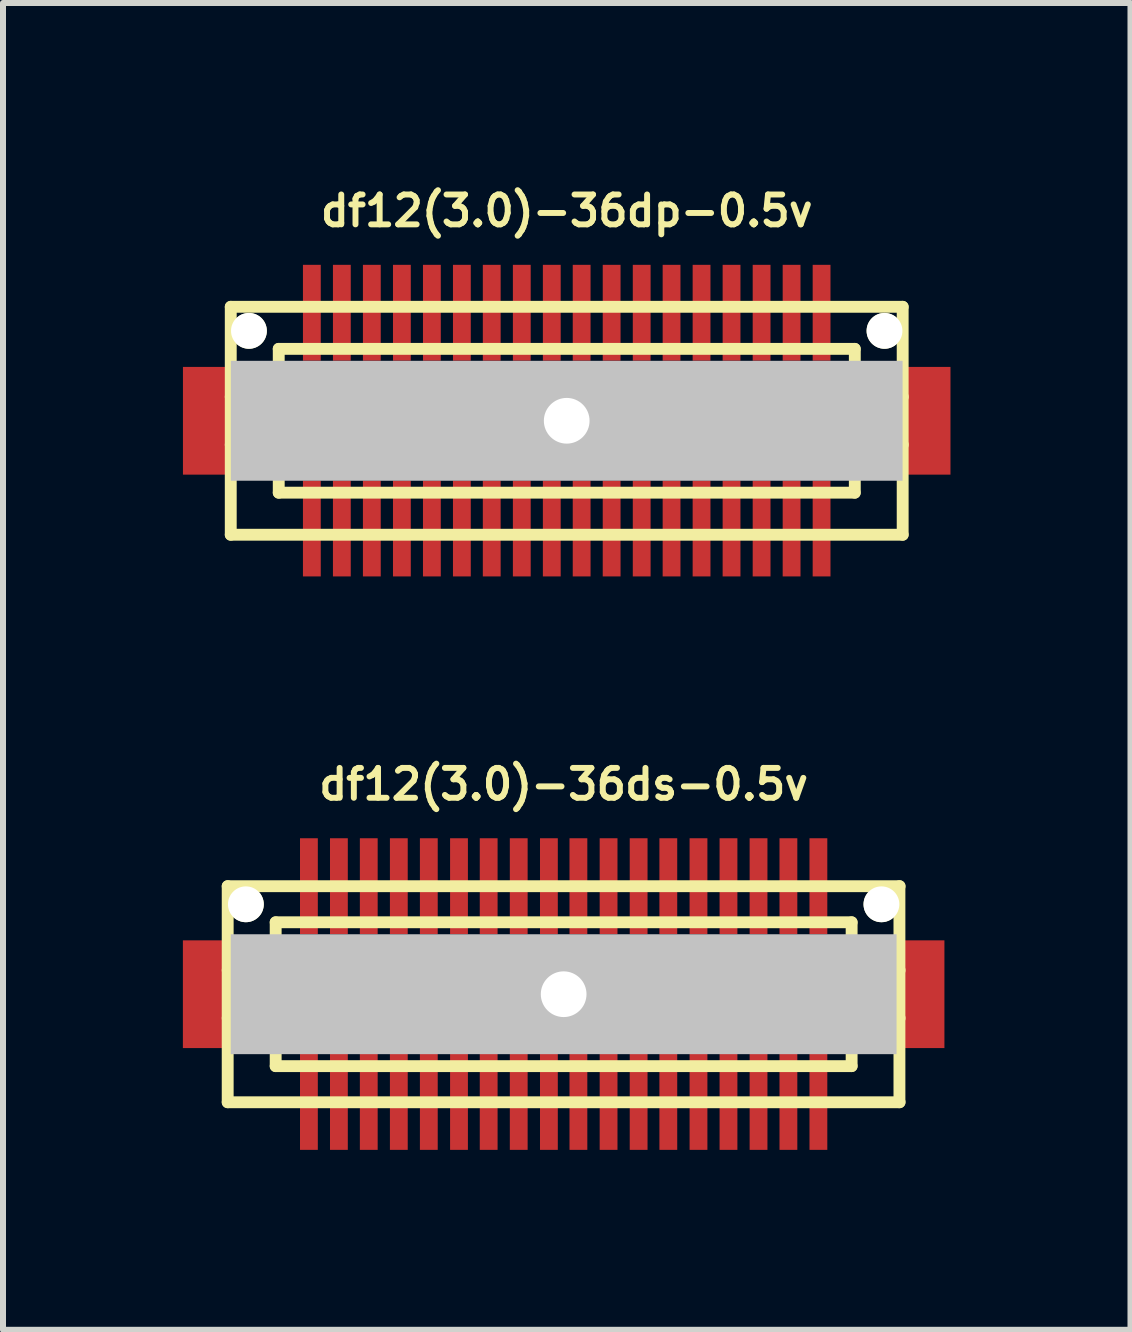
<source format=kicad_pcb>
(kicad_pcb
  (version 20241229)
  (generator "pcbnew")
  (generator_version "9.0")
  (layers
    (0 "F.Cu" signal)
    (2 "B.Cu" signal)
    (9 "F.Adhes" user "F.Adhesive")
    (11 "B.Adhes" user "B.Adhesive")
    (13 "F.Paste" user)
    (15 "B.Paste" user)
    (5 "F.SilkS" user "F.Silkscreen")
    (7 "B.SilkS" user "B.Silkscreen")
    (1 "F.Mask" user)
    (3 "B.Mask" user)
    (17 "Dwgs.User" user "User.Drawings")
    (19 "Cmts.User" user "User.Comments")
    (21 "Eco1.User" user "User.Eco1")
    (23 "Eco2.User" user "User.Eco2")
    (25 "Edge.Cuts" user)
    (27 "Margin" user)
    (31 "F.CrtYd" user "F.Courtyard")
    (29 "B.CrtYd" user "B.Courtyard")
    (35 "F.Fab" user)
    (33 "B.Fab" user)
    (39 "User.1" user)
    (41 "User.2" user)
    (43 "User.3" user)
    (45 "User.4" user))
  (footprint "df12(3.0)-36ds-0.5v"
    (layer "F.Cu")
    (at 6.347 13.525)
    (property "Reference" "df12(3.0)-36ds-0.5v" (at 0 -3.5 0) (layer "F.SilkS") (effects (font (size 0.498 0.498) (thickness 0.099))))
    (attr through_hole)
    (fp_line (start -5.601 -1.801) (end 5.601 -1.801) (stroke (width 0.198) (type solid)) (layer "F.SilkS"))
    (fp_line (start -5.601 1.801) (end -5.601 -1.801) (stroke (width 0.198) (type solid)) (layer "F.SilkS"))
    (fp_line (start -5.601 1.801) (end 5.601 1.801) (stroke (width 0.198) (type solid)) (layer "F.SilkS"))
    (fp_line (start -4.801 -1.199) (end 4.801 -1.199) (stroke (width 0.198) (type solid)) (layer "F.SilkS"))
    (fp_line (start -4.801 -0.701) (end 4.801 -0.701) (stroke (width 0.198) (type solid)) (layer "F.SilkS"))
    (fp_line (start -4.801 -0.399) (end -5.601 -0.399) (stroke (width 0.198) (type solid)) (layer "F.SilkS"))
    (fp_line (start -4.801 0.399) (end -5.601 0.399) (stroke (width 0.198) (type solid)) (layer "F.SilkS"))
    (fp_line (start -4.801 0.701) (end 4.801 0.701) (stroke (width 0.198) (type solid)) (layer "F.SilkS"))
    (fp_line (start -4.801 1.199) (end -4.801 -1.199) (stroke (width 0.198) (type solid)) (layer "F.SilkS"))
    (fp_line (start -4.801 1.199) (end 4.801 1.199) (stroke (width 0.198) (type solid)) (layer "F.SilkS"))
    (fp_line (start 4.801 -1.199) (end 4.801 1.199) (stroke (width 0.198) (type solid)) (layer "F.SilkS"))
    (fp_line (start 4.801 -0.399) (end 5.601 -0.399) (stroke (width 0.198) (type solid)) (layer "F.SilkS"))
    (fp_line (start 5.598 -1.801) (end 5.598 1.801) (stroke (width 0.198) (type solid)) (layer "F.SilkS"))
    (fp_line (start 5.601 0.399) (end 4.801 0.399) (stroke (width 0.198) (type solid)) (layer "F.SilkS"))
    (pad "" smd rect (at -5.949 0) (size 0.798 1.796) (layers "F.Cu" "F.Mask" "F.Paste"))
    (pad "" np_thru_hole circle (at -5.298 -1.499) (size 0.597 0.597) (drill 0.597) (layers "*.Cu" "*.Mask" "F.SilkS"))
    (pad "" np_thru_hole rect (at 0 0) (size 11.1 1.999) (drill 0.762) (layers "Dwgs.User"))
    (pad "" np_thru_hole circle (at 5.298 -1.499) (size 0.597 0.597) (drill 0.597) (layers "*.Cu" "*.Mask" "F.SilkS"))
    (pad "" smd rect (at 5.949 0) (size 0.798 1.796) (layers "F.Cu" "F.Mask" "F.Paste"))
    (pad "1" smd rect (at -4.247 1.796) (size 0.297 1.598) (layers "F.Cu" "F.Mask" "F.Paste"))
    (pad "2" smd rect (at -3.747 1.796) (size 0.297 1.598) (layers "F.Cu" "F.Mask" "F.Paste"))
    (pad "3" smd rect (at -3.249 1.796) (size 0.297 1.598) (layers "F.Cu" "F.Mask" "F.Paste"))
    (pad "4" smd rect (at -2.748 1.796) (size 0.297 1.598) (layers "F.Cu" "F.Mask" "F.Paste"))
    (pad "5" smd rect (at -2.248 1.796) (size 0.297 1.598) (layers "F.Cu" "F.Mask" "F.Paste"))
    (pad "6" smd rect (at -1.745 1.796) (size 0.297 1.598) (layers "F.Cu" "F.Mask" "F.Paste"))
    (pad "7" smd rect (at -1.25 1.796) (size 0.297 1.598) (layers "F.Cu" "F.Mask" "F.Paste"))
    (pad "8" smd rect (at -0.749 1.796) (size 0.297 1.598) (layers "F.Cu" "F.Mask" "F.Paste"))
    (pad "9" smd rect (at -0.246 1.796) (size 0.297 1.598) (layers "F.Cu" "F.Mask" "F.Paste"))
    (pad "10" smd rect (at 0.246 1.796) (size 0.297 1.598) (layers "F.Cu" "F.Mask" "F.Paste"))
    (pad "11" smd rect (at 0.749 1.796) (size 0.297 1.598) (layers "F.Cu" "F.Mask" "F.Paste"))
    (pad "12" smd rect (at 1.25 1.796) (size 0.297 1.598) (layers "F.Cu" "F.Mask" "F.Paste"))
    (pad "13" smd rect (at 1.745 1.796) (size 0.297 1.598) (layers "F.Cu" "F.Mask" "F.Paste"))
    (pad "14" smd rect (at 2.248 1.796) (size 0.297 1.598) (layers "F.Cu" "F.Mask" "F.Paste"))
    (pad "15" smd rect (at 2.748 1.796) (size 0.297 1.598) (layers "F.Cu" "F.Mask" "F.Paste"))
    (pad "16" smd rect (at 3.249 1.796) (size 0.297 1.598) (layers "F.Cu" "F.Mask" "F.Paste"))
    (pad "17" smd rect (at 3.747 1.796) (size 0.297 1.598) (layers "F.Cu" "F.Mask" "F.Paste"))
    (pad "18" smd rect (at 4.247 1.796) (size 0.297 1.598) (layers "F.Cu" "F.Mask" "F.Paste"))
    (pad "19" smd rect (at 4.247 -1.801) (size 0.297 1.598) (layers "F.Cu" "F.Mask" "F.Paste"))
    (pad "20" smd rect (at 3.747 -1.801) (size 0.297 1.598) (layers "F.Cu" "F.Mask" "F.Paste"))
    (pad "21" smd rect (at 3.249 -1.801) (size 0.297 1.598) (layers "F.Cu" "F.Mask" "F.Paste"))
    (pad "22" smd rect (at 2.748 -1.801) (size 0.297 1.598) (layers "F.Cu" "F.Mask" "F.Paste"))
    (pad "23" smd rect (at 2.248 -1.801) (size 0.297 1.598) (layers "F.Cu" "F.Mask" "F.Paste"))
    (pad "24" smd rect (at 1.745 -1.801) (size 0.297 1.598) (layers "F.Cu" "F.Mask" "F.Paste"))
    (pad "25" smd rect (at 1.25 -1.801) (size 0.297 1.598) (layers "F.Cu" "F.Mask" "F.Paste"))
    (pad "26" smd rect (at 0.749 -1.801) (size 0.297 1.598) (layers "F.Cu" "F.Mask" "F.Paste"))
    (pad "27" smd rect (at 0.246 -1.801) (size 0.297 1.598) (layers "F.Cu" "F.Mask" "F.Paste"))
    (pad "28" smd rect (at -0.246 -1.801) (size 0.297 1.598) (layers "F.Cu" "F.Mask" "F.Paste"))
    (pad "29" smd rect (at -0.749 -1.801) (size 0.297 1.598) (layers "F.Cu" "F.Mask" "F.Paste"))
    (pad "30" smd rect (at -1.25 -1.801) (size 0.297 1.598) (layers "F.Cu" "F.Mask" "F.Paste"))
    (pad "31" smd rect (at -1.745 -1.801) (size 0.297 1.598) (layers "F.Cu" "F.Mask" "F.Paste"))
    (pad "32" smd rect (at -2.248 -1.801) (size 0.297 1.598) (layers "F.Cu" "F.Mask" "F.Paste"))
    (pad "33" smd rect (at -2.748 -1.801) (size 0.297 1.598) (layers "F.Cu" "F.Mask" "F.Paste"))
    (pad "34" smd rect (at -3.249 -1.801) (size 0.297 1.598) (layers "F.Cu" "F.Mask" "F.Paste"))
    (pad "35" smd rect (at -3.747 -1.801) (size 0.297 1.598) (layers "F.Cu" "F.Mask" "F.Paste"))
    (pad "36" smd rect (at -4.247 -1.801) (size 0.297 1.598) (layers "F.Cu" "F.Mask" "F.Paste")))
  (footprint "df12(3.0)-36dp-0.5v"
    (layer "F.Cu")
    (at 6.398 3.965)
    (property "Reference" "df12(3.0)-36dp-0.5v" (at 0 -3.5 0) (layer "F.SilkS") (effects (font (size 0.498 0.498) (thickness 0.099))))
    (attr through_hole)
    (fp_line (start -5.601 -1.9) (end -5.601 1.9) (stroke (width 0.198) (type solid)) (layer "F.SilkS"))
    (fp_line (start -5.601 -1.9) (end 5.601 -1.9) (stroke (width 0.198) (type solid)) (layer "F.SilkS"))
    (fp_line (start -4.801 -0.399) (end -5.601 -0.399) (stroke (width 0.198) (type solid)) (layer "F.SilkS"))
    (fp_line (start -4.801 0.399) (end -5.601 0.399) (stroke (width 0.198) (type solid)) (layer "F.SilkS"))
    (fp_line (start -4.801 1.199) (end -4.801 -1.199) (stroke (width 0.198) (type solid)) (layer "F.SilkS"))
    (fp_line (start -4.801 1.199) (end 4.801 1.199) (stroke (width 0.198) (type solid)) (layer "F.SilkS"))
    (fp_line (start 4.801 -1.199) (end -4.801 -1.199) (stroke (width 0.198) (type solid)) (layer "F.SilkS"))
    (fp_line (start 4.803 -1.199) (end 4.803 1.199) (stroke (width 0.198) (type solid)) (layer "F.SilkS"))
    (fp_line (start 4.803 -0.399) (end 5.603 -0.399) (stroke (width 0.198) (type solid)) (layer "F.SilkS"))
    (fp_line (start 5.601 1.9) (end -5.601 1.9) (stroke (width 0.198) (type solid)) (layer "F.SilkS"))
    (fp_line (start 5.601 1.9) (end 5.601 -1.9) (stroke (width 0.198) (type solid)) (layer "F.SilkS"))
    (fp_line (start 5.603 0.399) (end 4.803 0.399) (stroke (width 0.198) (type solid)) (layer "F.SilkS"))
    (pad "" smd rect (at -5.999 0) (size 0.798 1.796) (layers "F.Cu" "F.Mask" "F.Paste"))
    (pad "" np_thru_hole circle (at -5.298 -1.499) (size 0.597 0.597) (drill 0.597) (layers "*.Cu" "*.Mask" "F.SilkS"))
    (pad "" np_thru_hole rect (at 0 0) (size 11.199 1.999) (drill 0.762) (layers "Dwgs.User"))
    (pad "" np_thru_hole circle (at 5.298 -1.499) (size 0.597 0.597) (drill 0.597) (layers "*.Cu" "*.Mask" "F.SilkS"))
    (pad "" smd rect (at 5.999 0) (size 0.798 1.796) (layers "F.Cu" "F.Mask" "F.Paste"))
    (pad "1" smd rect (at 4.249 1.796) (size 0.297 1.598) (layers "F.Cu" "F.Mask" "F.Paste"))
    (pad "2" smd rect (at 3.749 1.796) (size 0.297 1.598) (layers "F.Cu" "F.Mask" "F.Paste"))
    (pad "3" smd rect (at 3.249 1.796) (size 0.297 1.598) (layers "F.Cu" "F.Mask" "F.Paste"))
    (pad "4" smd rect (at 2.748 1.796) (size 0.297 1.598) (layers "F.Cu" "F.Mask" "F.Paste"))
    (pad "5" smd rect (at 2.248 1.796) (size 0.297 1.598) (layers "F.Cu" "F.Mask" "F.Paste"))
    (pad "6" smd rect (at 1.748 1.796) (size 0.297 1.598) (layers "F.Cu" "F.Mask" "F.Paste"))
    (pad "7" smd rect (at 1.25 1.796) (size 0.297 1.598) (layers "F.Cu" "F.Mask" "F.Paste"))
    (pad "8" smd rect (at 0.749 1.796) (size 0.297 1.598) (layers "F.Cu" "F.Mask" "F.Paste"))
    (pad "9" smd rect (at 0.249 1.796) (size 0.297 1.598) (layers "F.Cu" "F.Mask" "F.Paste"))
    (pad "10" smd rect (at -0.249 1.796) (size 0.297 1.598) (layers "F.Cu" "F.Mask" "F.Paste"))
    (pad "11" smd rect (at -0.749 1.796) (size 0.297 1.598) (layers "F.Cu" "F.Mask" "F.Paste"))
    (pad "12" smd rect (at -1.25 1.796) (size 0.297 1.598) (layers "F.Cu" "F.Mask" "F.Paste"))
    (pad "13" smd rect (at -1.748 1.796) (size 0.297 1.598) (layers "F.Cu" "F.Mask" "F.Paste"))
    (pad "14" smd rect (at -2.248 1.796) (size 0.297 1.598) (layers "F.Cu" "F.Mask" "F.Paste"))
    (pad "15" smd rect (at -2.748 1.796) (size 0.297 1.598) (layers "F.Cu" "F.Mask" "F.Paste"))
    (pad "16" smd rect (at -3.249 1.796) (size 0.297 1.598) (layers "F.Cu" "F.Mask" "F.Paste"))
    (pad "17" smd rect (at -3.749 1.796) (size 0.297 1.598) (layers "F.Cu" "F.Mask" "F.Paste"))
    (pad "18" smd rect (at -4.249 1.796) (size 0.297 1.598) (layers "F.Cu" "F.Mask" "F.Paste"))
    (pad "19" smd rect (at -4.249 -1.801) (size 0.297 1.598) (layers "F.Cu" "F.Mask" "F.Paste"))
    (pad "20" smd rect (at -3.749 -1.801) (size 0.297 1.598) (layers "F.Cu" "F.Mask" "F.Paste"))
    (pad "21" smd rect (at -3.249 -1.801) (size 0.297 1.598) (layers "F.Cu" "F.Mask" "F.Paste"))
    (pad "22" smd rect (at -2.748 -1.801) (size 0.297 1.598) (layers "F.Cu" "F.Mask" "F.Paste"))
    (pad "23" smd rect (at -2.248 -1.801) (size 0.297 1.598) (layers "F.Cu" "F.Mask" "F.Paste"))
    (pad "24" smd rect (at -1.748 -1.801) (size 0.297 1.598) (layers "F.Cu" "F.Mask" "F.Paste"))
    (pad "25" smd rect (at -1.25 -1.801) (size 0.297 1.598) (layers "F.Cu" "F.Mask" "F.Paste"))
    (pad "26" smd rect (at -0.749 -1.801) (size 0.297 1.598) (layers "F.Cu" "F.Mask" "F.Paste"))
    (pad "27" smd rect (at -0.249 -1.801) (size 0.297 1.598) (layers "F.Cu" "F.Mask" "F.Paste"))
    (pad "28" smd rect (at 0.249 -1.801) (size 0.297 1.598) (layers "F.Cu" "F.Mask" "F.Paste"))
    (pad "29" smd rect (at 0.749 -1.801) (size 0.297 1.598) (layers "F.Cu" "F.Mask" "F.Paste"))
    (pad "30" smd rect (at 1.25 -1.801) (size 0.297 1.598) (layers "F.Cu" "F.Mask" "F.Paste"))
    (pad "31" smd rect (at 1.748 -1.801) (size 0.297 1.598) (layers "F.Cu" "F.Mask" "F.Paste"))
    (pad "32" smd rect (at 2.248 -1.801) (size 0.297 1.598) (layers "F.Cu" "F.Mask" "F.Paste"))
    (pad "33" smd rect (at 2.748 -1.801) (size 0.297 1.598) (layers "F.Cu" "F.Mask" "F.Paste"))
    (pad "34" smd rect (at 3.249 -1.801) (size 0.297 1.598) (layers "F.Cu" "F.Mask" "F.Paste"))
    (pad "35" smd rect (at 3.749 -1.801) (size 0.297 1.598) (layers "F.Cu" "F.Mask" "F.Paste"))
    (pad "36" smd rect (at 4.249 -1.801) (size 0.297 1.598) (layers "F.Cu" "F.Mask" "F.Paste")))
  (gr_rect
    (start -3 -3)
    (end 15.797 19.12)
    (stroke (width 0.1) (type default))
    (fill no)
    (layer "Edge.Cuts")))
</source>
